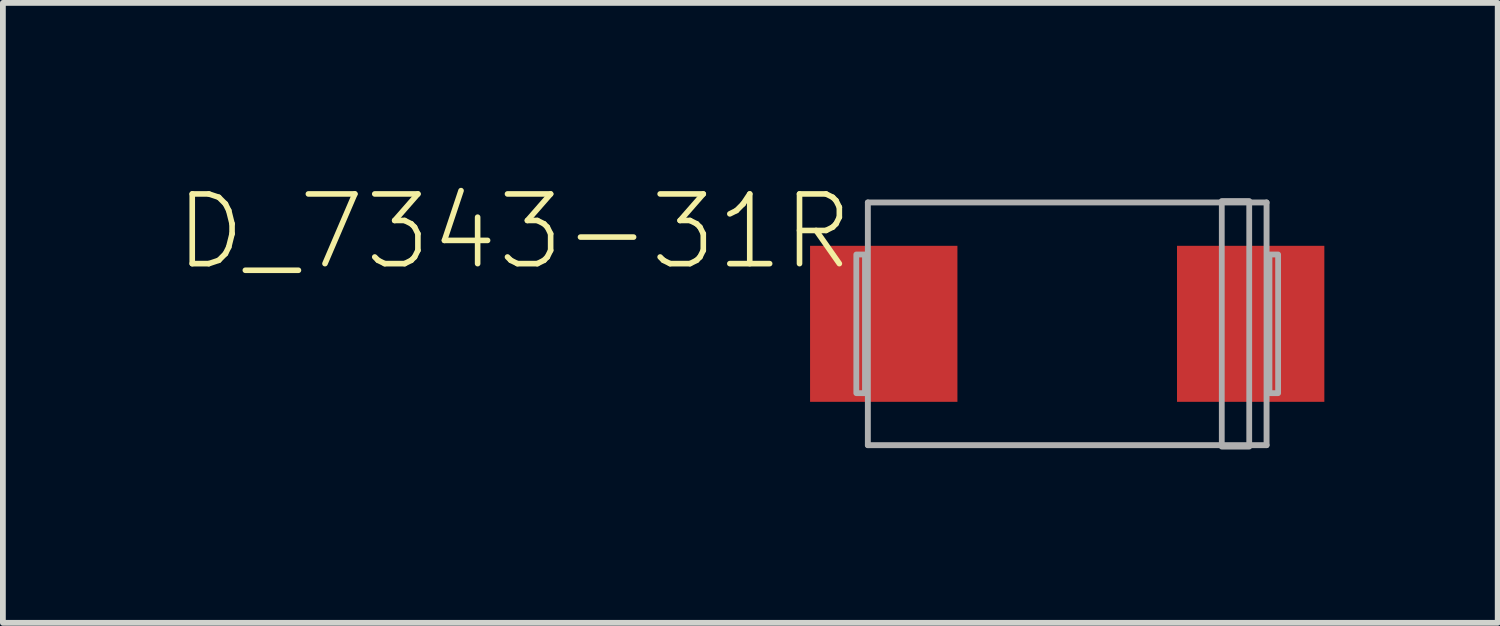
<source format=kicad_pcb>
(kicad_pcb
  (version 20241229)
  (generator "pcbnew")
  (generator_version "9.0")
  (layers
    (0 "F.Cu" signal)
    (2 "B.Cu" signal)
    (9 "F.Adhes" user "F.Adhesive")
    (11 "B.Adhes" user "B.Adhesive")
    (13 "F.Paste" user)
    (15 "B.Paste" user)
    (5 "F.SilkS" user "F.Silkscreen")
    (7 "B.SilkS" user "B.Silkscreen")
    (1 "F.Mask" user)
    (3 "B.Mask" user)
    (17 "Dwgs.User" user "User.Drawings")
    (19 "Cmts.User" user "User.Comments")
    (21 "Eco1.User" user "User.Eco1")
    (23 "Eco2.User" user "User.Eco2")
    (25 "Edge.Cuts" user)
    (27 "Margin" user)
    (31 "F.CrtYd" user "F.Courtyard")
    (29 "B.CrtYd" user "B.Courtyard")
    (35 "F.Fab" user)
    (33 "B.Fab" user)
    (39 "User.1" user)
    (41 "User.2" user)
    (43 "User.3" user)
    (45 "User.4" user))
  (footprint "D_7343-31R"
    (layer "F.Cu")
    (at 15.419 2.554)
    (property "Reference" "D_7343-31R" (at -3.65 -2.3 0) (layer "F.SilkS") (effects (font (size 1.206 1.206) (thickness 0.097)) (justify right top)))
    (attr through_hole)
    (fp_line (start -3.45 -2.1) (end 3.45 -2.1) (stroke (width 0.102) (type solid)) (layer "F.Fab"))
    (fp_line (start -3.45 2.1) (end -3.45 -2.1) (stroke (width 0.102) (type solid)) (layer "F.Fab"))
    (fp_line (start 3.45 -2.1) (end 3.45 2.1) (stroke (width 0.102) (type solid)) (layer "F.Fab"))
    (fp_line (start 3.45 2.1) (end -3.45 2.1) (stroke (width 0.102) (type solid)) (layer "F.Fab"))
    (fp_poly (pts (xy -3.65 1.2) (xy -3.5 1.2) (xy -3.5 -1.2) (xy -3.65 -1.2)) (stroke (width 0.1) (type solid)) (fill no) (layer "F.Fab"))
    (fp_poly (pts (xy 2.675 2.125) (xy 3.15 2.125) (xy 3.15 -2.125) (xy 2.675 -2.125)) (stroke (width 0.1) (type solid)) (fill no) (layer "F.Fab"))
    (fp_poly (pts (xy 3.5 1.2) (xy 3.65 1.2) (xy 3.65 -1.2) (xy 3.5 -1.2)) (stroke (width 0.1) (type solid)) (fill no) (layer "F.Fab"))
    (pad "+" smd rect (at 3.175 0) (size 2.55 2.7) (layers "F.Cu" "F.Mask" "F.Paste"))
    (pad "-" smd rect (at -3.175 0) (size 2.55 2.7) (layers "F.Cu" "F.Mask" "F.Paste")))
  (gr_rect
    (start -3 -3)
    (end 22.869 7.729)
    (stroke (width 0.1) (type default))
    (fill no)
    (layer "Edge.Cuts")))
</source>
